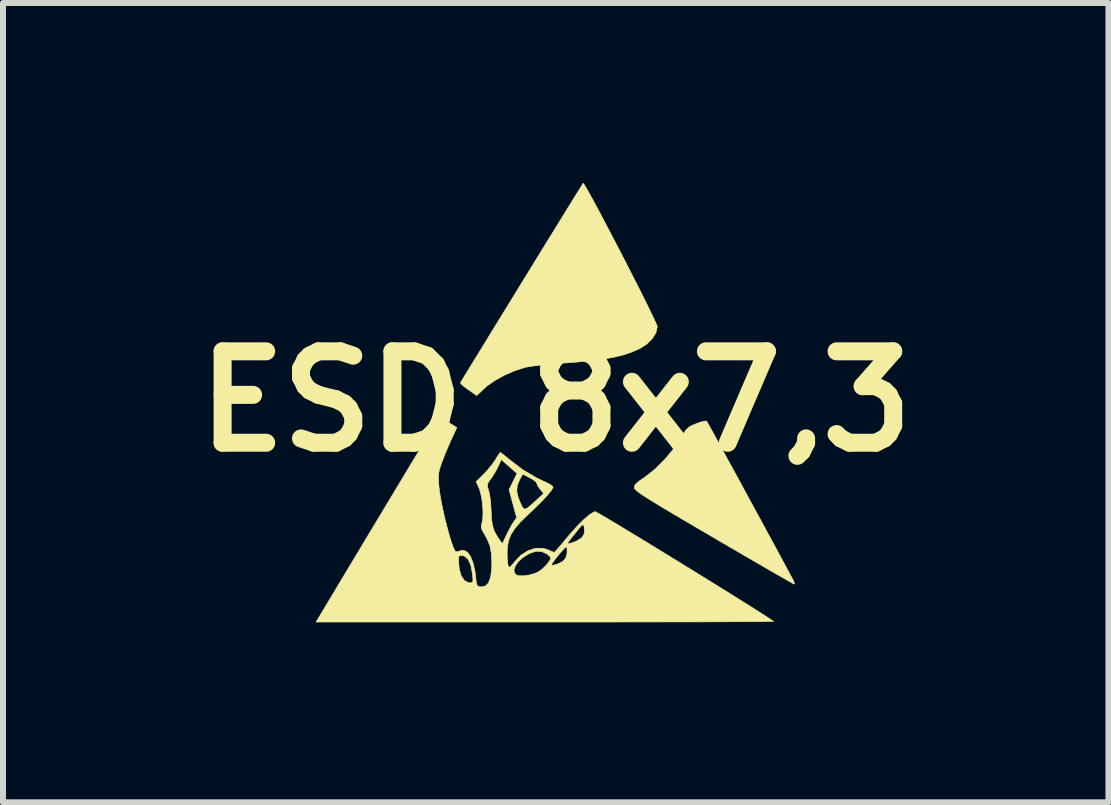
<source format=kicad_pcb>
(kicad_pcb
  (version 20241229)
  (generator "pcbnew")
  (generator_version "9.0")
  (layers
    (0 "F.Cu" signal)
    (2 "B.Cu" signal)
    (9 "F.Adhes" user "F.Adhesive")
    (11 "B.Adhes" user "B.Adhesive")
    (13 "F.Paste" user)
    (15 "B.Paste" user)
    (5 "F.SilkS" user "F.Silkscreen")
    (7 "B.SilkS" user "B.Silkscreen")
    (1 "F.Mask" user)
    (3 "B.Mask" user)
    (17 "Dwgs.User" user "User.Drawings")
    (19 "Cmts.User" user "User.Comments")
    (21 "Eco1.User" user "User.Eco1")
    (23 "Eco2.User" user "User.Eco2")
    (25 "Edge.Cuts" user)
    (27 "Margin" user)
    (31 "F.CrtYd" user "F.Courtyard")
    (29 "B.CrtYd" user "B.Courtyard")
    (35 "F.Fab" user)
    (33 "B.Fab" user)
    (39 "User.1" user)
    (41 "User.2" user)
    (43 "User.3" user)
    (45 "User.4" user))
  (footprint "ESD 8x7,3"
    (layer "F.Cu")
    (at 6.212 3.64)
    (property "Reference" "ESD 8x7,3" (at 0 0 0) (layer "F.SilkS") (effects (font (size 1.524 1.524) (thickness 0.3))))
    (attr through_hole)
    (fp_poly (pts (xy 2.515 0.33) (xy 2.516 0.33) (xy 2.529 0.353) (xy 2.563 0.414) (xy 2.616 0.509) (xy 2.684 0.634) (xy 2.766 0.783) (xy 2.858 0.953) (xy 2.96 1.139) (xy 3.068 1.337) (xy 3.179 1.542) (xy 3.292 1.75) (xy 3.405 1.956) (xy 3.513 2.157) (xy 3.617 2.347) (xy 3.712 2.523) (xy 3.796 2.68) (xy 3.868 2.813) (xy 3.924 2.918) (xy 3.963 2.991) (xy 3.965 2.994) (xy 3.979 3.033) (xy 3.974 3.046) (xy 3.95 3.033) (xy 3.889 2.998) (xy 3.792 2.943) (xy 3.665 2.87) (xy 3.51 2.781) (xy 3.331 2.677) (xy 3.133 2.562) (xy 2.917 2.436) (xy 2.688 2.303) (xy 2.637 2.272) (xy 2.364 2.113) (xy 2.131 1.976) (xy 1.934 1.859) (xy 1.77 1.762) (xy 1.637 1.681) (xy 1.531 1.615) (xy 1.449 1.562) (xy 1.39 1.521) (xy 1.349 1.49) (xy 1.324 1.467) (xy 1.313 1.449) (xy 1.311 1.443) (xy 1.314 1.409) (xy 1.336 1.375) (xy 1.385 1.332) (xy 1.469 1.274) (xy 1.471 1.273) (xy 1.651 1.133) (xy 1.826 0.959) (xy 1.983 0.766) (xy 2.073 0.629) (xy 2.129 0.536) (xy 2.173 0.474) (xy 2.214 0.434) (xy 2.265 0.403) (xy 2.337 0.373) (xy 2.343 0.371) (xy 2.422 0.343) (xy 2.484 0.328) (xy 2.515 0.33)) (stroke (width 0.01) (type solid)) (fill yes) (layer "F.SilkS"))
    (fp_poly (pts (xy 0.472 -3.618) (xy 0.505 -3.563) (xy 0.556 -3.474) (xy 0.621 -3.356) (xy 0.698 -3.213) (xy 0.785 -3.05) (xy 0.878 -2.872) (xy 0.977 -2.683) (xy 1.078 -2.489) (xy 1.179 -2.293) (xy 1.277 -2.101) (xy 1.371 -1.917) (xy 1.457 -1.746) (xy 1.533 -1.592) (xy 1.597 -1.461) (xy 1.647 -1.356) (xy 1.68 -1.282) (xy 1.693 -1.245) (xy 1.693 -1.243) (xy 1.671 -1.146) (xy 1.61 -1.047) (xy 1.517 -0.955) (xy 1.405 -0.883) (xy 1.278 -0.826) (xy 1.137 -0.778) (xy 0.977 -0.738) (xy 0.79 -0.704) (xy 0.572 -0.676) (xy 0.315 -0.652) (xy 0.157 -0.641) (xy -0.006 -0.628) (xy -0.164 -0.614) (xy -0.306 -0.598) (xy -0.421 -0.583) (xy -0.5 -0.569) (xy -0.508 -0.567) (xy -0.678 -0.513) (xy -0.85 -0.439) (xy -1.011 -0.351) (xy -1.144 -0.258) (xy -1.192 -0.216) (xy -1.252 -0.158) (xy -1.297 -0.116) (xy -1.317 -0.098) (xy -1.317 -0.098) (xy -1.336 -0.111) (xy -1.384 -0.145) (xy -1.452 -0.192) (xy -1.458 -0.196) (xy -1.526 -0.246) (xy -1.572 -0.286) (xy -1.588 -0.309) (xy -1.588 -0.31) (xy -1.564 -0.35) (xy -1.518 -0.426) (xy -1.452 -0.534) (xy -1.369 -0.67) (xy -1.27 -0.83) (xy -1.159 -1.011) (xy -1.038 -1.209) (xy -0.909 -1.419) (xy -0.773 -1.639) (xy -0.635 -1.865) (xy -0.495 -2.092) (xy -0.357 -2.317) (xy -0.222 -2.537) (xy -0.092 -2.747) (xy 0.029 -2.943) (xy 0.139 -3.122) (xy 0.237 -3.281) (xy 0.32 -3.415) (xy 0.385 -3.52) (xy 0.431 -3.593) (xy 0.454 -3.631) (xy 0.457 -3.635) (xy 0.472 -3.618)) (stroke (width 0.01) (type solid)) (fill yes) (layer "F.SilkS"))
    (fp_poly (pts (xy -1.909 0.278) (xy -1.855 0.309) (xy -1.785 0.351) (xy -1.649 0.437) (xy -1.74 0.636) (xy -1.793 0.755) (xy -1.848 0.886) (xy -1.893 1.003) (xy -1.898 1.016) (xy -1.933 1.117) (xy -1.951 1.198) (xy -1.955 1.279) (xy -1.95 1.385) (xy -1.949 1.391) (xy -1.937 1.501) (xy -1.915 1.634) (xy -1.886 1.78) (xy -1.852 1.932) (xy -1.815 2.081) (xy -1.777 2.22) (xy -1.741 2.34) (xy -1.707 2.433) (xy -1.679 2.491) (xy -1.667 2.505) (xy -1.631 2.505) (xy -1.597 2.492) (xy -1.533 2.481) (xy -1.473 2.513) (xy -1.42 2.585) (xy -1.377 2.693) (xy -1.346 2.831) (xy -1.336 2.908) (xy -1.326 2.999) (xy -1.315 3.052) (xy -1.298 3.079) (xy -1.271 3.089) (xy -1.254 3.092) (xy -1.18 3.081) (xy -1.124 3.031) (xy -1.087 2.938) (xy -1.069 2.806) (xy -0.696 2.806) (xy -0.688 2.862) (xy -0.647 2.898) (xy -0.629 2.903) (xy -0.549 2.908) (xy -0.447 2.895) (xy -0.347 2.867) (xy -0.297 2.845) (xy -0.226 2.796) (xy -0.156 2.729) (xy -0.151 2.722) (xy -0.073 2.722) (xy -0.054 2.731) (xy -0.007 2.723) (xy 0.053 2.701) (xy 0.109 2.671) (xy 0.121 2.663) (xy 0.166 2.615) (xy 0.187 2.542) (xy 0.189 2.517) (xy 0.189 2.455) (xy 0.179 2.424) (xy 0.174 2.423) (xy 0.148 2.444) (xy 0.104 2.493) (xy 0.05 2.555) (xy -0.003 2.621) (xy -0.046 2.679) (xy -0.07 2.716) (xy -0.073 2.722) (xy -0.151 2.722) (xy -0.104 2.661) (xy -0.089 2.63) (xy -0.092 2.591) (xy -0.134 2.55) (xy -0.152 2.539) (xy -0.238 2.501) (xy -0.323 2.497) (xy -0.422 2.528) (xy -0.451 2.542) (xy -0.546 2.6) (xy -0.621 2.668) (xy -0.672 2.739) (xy -0.696 2.806) (xy -1.069 2.806) (xy -1.068 2.801) (xy -1.065 2.688) (xy -1.073 2.532) (xy -1.097 2.406) (xy -1.143 2.293) (xy -1.182 2.223) (xy -1.224 2.151) (xy -1.241 2.102) (xy -1.238 2.057) (xy -1.23 2.031) (xy -1.215 1.948) (xy -1.212 1.836) (xy -1.22 1.709) (xy -1.238 1.586) (xy -1.264 1.482) (xy -1.277 1.448) (xy -1.302 1.391) (xy -1.14 1.391) (xy -1.134 1.437) (xy -1.118 1.485) (xy -1.102 1.553) (xy -1.088 1.653) (xy -1.079 1.768) (xy -1.076 1.829) (xy -1.069 1.966) (xy -1.054 2.069) (xy -1.027 2.155) (xy -0.982 2.239) (xy -0.938 2.305) (xy -0.89 2.373) (xy -0.82 2.224) (xy -0.775 2.135) (xy -0.731 2.054) (xy -0.7 2.006) (xy -0.651 1.937) (xy -0.715 1.704) (xy -0.771 1.497) (xy -0.649 1.497) (xy -0.624 1.606) (xy -0.593 1.682) (xy -0.563 1.748) (xy -0.538 1.786) (xy -0.509 1.795) (xy -0.467 1.774) (xy -0.405 1.722) (xy -0.333 1.656) (xy -0.2 1.533) (xy -0.257 1.467) (xy -0.296 1.413) (xy -0.314 1.37) (xy -0.314 1.366) (xy -0.334 1.336) (xy -0.386 1.298) (xy -0.432 1.272) (xy -0.549 1.212) (xy -0.601 1.305) (xy -0.641 1.401) (xy -0.649 1.497) (xy -0.771 1.497) (xy -0.778 1.472) (xy -0.711 1.336) (xy -0.645 1.2) (xy -0.776 1.085) (xy -0.907 0.969) (xy -0.959 1.083) (xy -1.006 1.174) (xy -1.063 1.265) (xy -1.082 1.291) (xy -1.124 1.35) (xy -1.14 1.391) (xy -1.302 1.391) (xy -1.326 1.337) (xy -1.206 1.219) (xy -1.129 1.136) (xy -1.054 1.043) (xy -1.01 0.98) (xy -0.969 0.914) (xy -0.938 0.866) (xy -0.928 0.85) (xy -0.908 0.86) (xy -0.861 0.896) (xy -0.797 0.949) (xy -0.781 0.962) (xy -0.55 1.139) (xy -0.305 1.283) (xy -0.194 1.335) (xy -0.117 1.371) (xy -0.063 1.405) (xy -0.043 1.429) (xy -0.043 1.43) (xy -0.07 1.479) (xy -0.13 1.554) (xy -0.219 1.651) (xy -0.332 1.764) (xy -0.451 1.876) (xy -0.584 2.005) (xy -0.681 2.117) (xy -0.748 2.222) (xy -0.788 2.327) (xy -0.807 2.442) (xy -0.81 2.528) (xy -0.807 2.62) (xy -0.801 2.697) (xy -0.792 2.743) (xy -0.778 2.763) (xy -0.757 2.757) (xy -0.722 2.72) (xy -0.688 2.677) (xy -0.58 2.564) (xy -0.458 2.486) (xy -0.331 2.447) (xy -0.205 2.448) (xy -0.112 2.48) (xy -0.059 2.505) (xy -0.026 2.516) (xy -0.026 2.516) (xy -0.005 2.498) (xy 0.039 2.45) (xy 0.1 2.379) (xy 0.111 2.366) (xy 0.2 2.366) (xy 0.207 2.37) (xy 0.221 2.37) (xy 0.262 2.36) (xy 0.326 2.336) (xy 0.356 2.323) (xy 0.44 2.268) (xy 0.479 2.195) (xy 0.476 2.1) (xy 0.474 2.091) (xy 0.464 2.062) (xy 0.451 2.054) (xy 0.426 2.074) (xy 0.382 2.124) (xy 0.346 2.17) (xy 0.275 2.259) (xy 0.229 2.317) (xy 0.206 2.35) (xy 0.2 2.366) (xy 0.111 2.366) (xy 0.159 2.307) (xy 0.269 2.177) (xy 0.376 2.06) (xy 0.475 1.963) (xy 0.561 1.89) (xy 0.627 1.848) (xy 0.659 1.838) (xy 0.685 1.851) (xy 0.748 1.886) (xy 0.843 1.942) (xy 0.968 2.016) (xy 1.117 2.106) (xy 1.287 2.209) (xy 1.474 2.322) (xy 1.673 2.444) (xy 1.882 2.572) (xy 2.095 2.703) (xy 2.31 2.835) (xy 2.521 2.966) (xy 2.725 3.092) (xy 2.918 3.212) (xy 3.096 3.324) (xy 3.255 3.423) (xy 3.391 3.51) (xy 3.5 3.579) (xy 3.578 3.631) (xy 3.621 3.66) (xy 3.629 3.667) (xy 3.605 3.668) (xy 3.535 3.669) (xy 3.422 3.67) (xy 3.269 3.671) (xy 3.078 3.672) (xy 2.851 3.673) (xy 2.591 3.674) (xy 2.301 3.675) (xy 1.983 3.675) (xy 1.64 3.676) (xy 1.274 3.676) (xy 0.888 3.677) (xy 0.485 3.677) (xy 0.067 3.677) (xy -0.183 3.677) (xy -3.994 3.677) (xy -3.938 3.584) (xy -3.665 3.128) (xy -3.415 2.711) (xy -3.372 2.641) (xy -1.62 2.641) (xy -1.62 2.653) (xy -1.608 2.794) (xy -1.575 2.906) (xy -1.524 2.984) (xy -1.458 3.021) (xy -1.432 3.024) (xy -1.399 3.022) (xy -1.383 3.007) (xy -1.379 2.97) (xy -1.385 2.899) (xy -1.388 2.875) (xy -1.413 2.737) (xy -1.456 2.638) (xy -1.515 2.581) (xy -1.555 2.569) (xy -1.598 2.568) (xy -1.616 2.588) (xy -1.62 2.641) (xy -3.372 2.641) (xy -3.188 2.333) (xy -2.983 1.993) (xy -2.8 1.688) (xy -2.637 1.417) (xy -2.494 1.179) (xy -2.369 0.972) (xy -2.262 0.795) (xy -2.172 0.646) (xy -2.097 0.524) (xy -2.038 0.428) (xy -1.993 0.355) (xy -1.962 0.305) (xy -1.942 0.276) (xy -1.935 0.266) (xy -1.935 0.266) (xy -1.909 0.278)) (stroke (width 0.01) (type solid)) (fill yes) (layer "F.SilkS")))
  (gr_rect
    (start -3 -3)
    (end 15.424 10.322)
    (stroke (width 0.1) (type default))
    (fill no)
    (layer "Edge.Cuts")))
</source>
